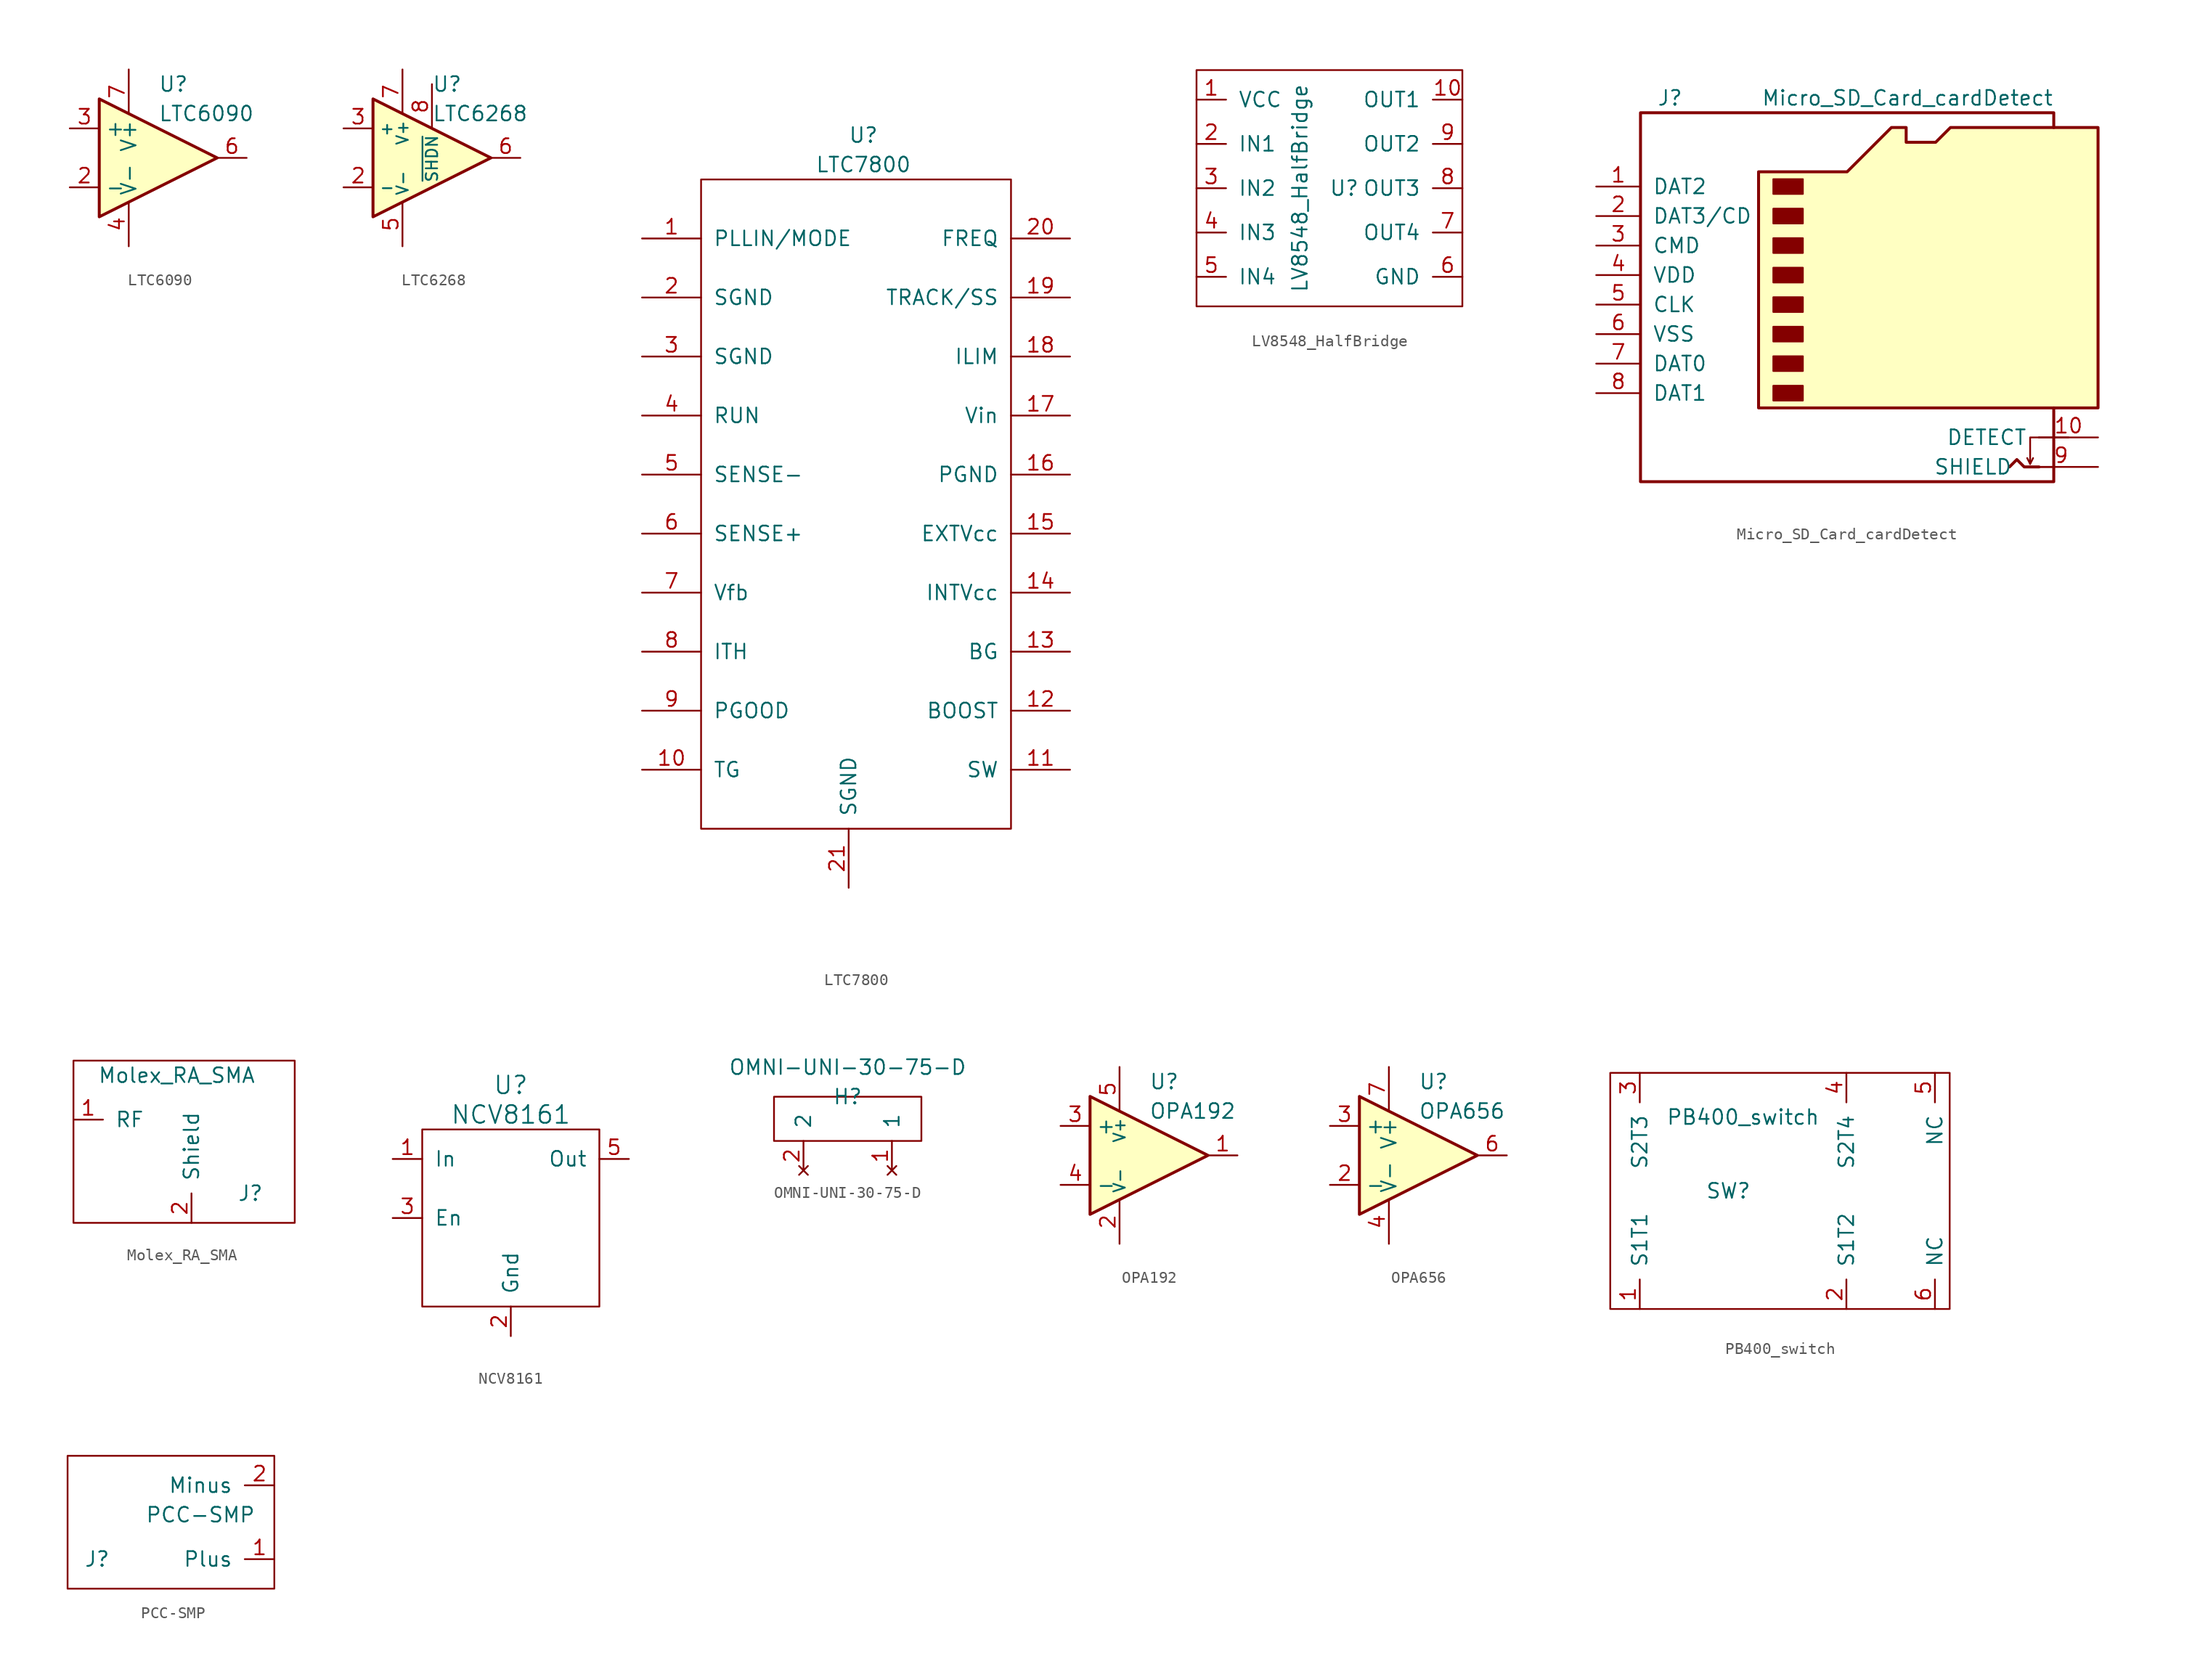
<source format=kicad_sym>
(kicad_symbol_lib
  (version 20211014)
  (generator kicad_symbol_editor)
  (symbol "LTC6090"
    (property "Reference" "U"
      (at 0 6.35 0)
      (effects (font (size 1.27 1.27)) (justify left)))
    (property "Value" "LTC6090"
      (at 0 3.81 0)
      (effects (font (size 1.27 1.27)) (justify left)))
    (symbol "LTC6090_0_1"
      (polyline (pts (xy -5.08 5.08) (xy 5.08 0) (xy -5.08 -5.08) (xy -5.08 5.08)) (stroke (width 0.254) (type default) (color 0 0 0 0)) (fill (type background))))
    (symbol "LTC6090_1_1"
      (pin input line (at 0 -7.62 90) (length 5.08) hide (name "COM" (effects (font (size 1.27 1.27)))) (number "1" (effects (font (size 1.27 1.27)))))
      (pin input line (at -7.62 -2.54 0) (length 2.54) (name "-" (effects (font (size 1.27 1.27)))) (number "2" (effects (font (size 1.27 1.27)))))
      (pin input line (at -7.62 2.54 0) (length 2.54) (name "+" (effects (font (size 1.27 1.27)))) (number "3" (effects (font (size 1.27 1.27)))))
      (pin power_in line (at -2.54 -7.62 90) (length 3.81) (name "V-" (effects (font (size 1.27 1.27)))) (number "4" (effects (font (size 1.27 1.27)))))
      (pin input line (at 2.54 -7.62 90) (length 6.35) hide (name "~{TFLAG}" (effects (font (size 1.27 1.27)))) (number "5" (effects (font (size 1.27 1.27)))))
      (pin output line (at 7.62 0 180) (length 2.54) (name "~" (effects (font (size 1.27 1.27)))) (number "6" (effects (font (size 1.27 1.27)))))
      (pin power_in line (at -2.54 7.62 270) (length 3.81) (name "V+" (effects (font (size 1.27 1.27)))) (number "7" (effects (font (size 1.27 1.27)))))
      (pin input line (at 0 2.54 270) (length 2.54) hide (name "~{OD}" (effects (font (size 1.27 1.27)))) (number "8" (effects (font (size 1.27 1.27)))))))
  (symbol "LTC6268"
    (property "Reference" "U"
      (at 0 6.35 0)
      (effects (font (size 1.27 1.27)) (justify left)))
    (property "Value" "LTC6268"
      (at 0 3.81 0)
      (effects (font (size 1.27 1.27)) (justify left)))
    (symbol "LTC6268_0_1"
      (polyline (pts (xy -5.08 5.08) (xy 5.08 0) (xy -5.08 -5.08) (xy -5.08 5.08)) (stroke (width 0.254) (type default) (color 0 0 0 0)) (fill (type background))))
    (symbol "LTC6268_1_1"
      (pin input line (at 1.803 -7.01 90) (length 5.08) hide (name "NC" (effects (font (size 0.991 0.991)))) (number "1" (effects (font (size 1.27 1.27)))))
      (pin input line (at -7.62 -2.54 0) (length 2.54) (name "-" (effects (font (size 0.991 0.991)))) (number "2" (effects (font (size 1.27 1.27)))))
      (pin input line (at -7.62 2.54 0) (length 2.54) (name "+" (effects (font (size 0.991 0.991)))) (number "3" (effects (font (size 1.27 1.27)))))
      (pin input line (at 3.708 -7.62 90) (length 6.35) hide (name "NC" (effects (font (size 0.991 0.991)))) (number "4" (effects (font (size 1.27 1.27)))))
      (pin power_in line (at -2.54 -7.62 90) (length 3.81) (name "V-" (effects (font (size 0.991 0.991)))) (number "5" (effects (font (size 1.27 1.27)))))
      (pin output line (at 7.62 0 180) (length 2.54) (name "~" (effects (font (size 1.27 1.27)))) (number "6" (effects (font (size 1.27 1.27)))))
      (pin power_in line (at -2.54 7.62 270) (length 3.81) (name "V+" (effects (font (size 0.991 0.991)))) (number "7" (effects (font (size 1.27 1.27)))))
      (pin input line (at 0 6.35 270) (length 3.81) (name "~{SHDN}" (effects (font (size 0.991 0.991)))) (number "8" (effects (font (size 1.27 1.27)))))))
  (symbol "LTC7800"
    (pin_names
      (offset 1.016))
    (property "Reference" "U"
      (at 1.27 31.75 0)
      (effects (font (size 1.27 1.27))))
    (property "Value" "LTC7800"
      (at 1.27 29.21 0)
      (effects (font (size 1.27 1.27))))
    (symbol "LTC7800_0_1"
      (rectangle (start 13.97 27.94) (end -12.7 -27.94) (stroke (width 0) (type default) (color 0 0 0 0)) (fill (type none))))
    (symbol "LTC7800_1_1"
      (pin bidirectional line (at -17.78 22.86 0) (length 5.08) (name "PLLIN/MODE" (effects (font (size 1.27 1.27)))) (number "1" (effects (font (size 1.27 1.27)))))
      (pin bidirectional line (at -17.78 -22.86 0) (length 5.08) (name "TG" (effects (font (size 1.27 1.27)))) (number "10" (effects (font (size 1.27 1.27)))))
      (pin bidirectional line (at 19.05 -22.86 180) (length 5.08) (name "SW" (effects (font (size 1.27 1.27)))) (number "11" (effects (font (size 1.27 1.27)))))
      (pin bidirectional line (at 19.05 -17.78 180) (length 5.08) (name "BOOST" (effects (font (size 1.27 1.27)))) (number "12" (effects (font (size 1.27 1.27)))))
      (pin bidirectional line (at 19.05 -12.7 180) (length 5.08) (name "BG" (effects (font (size 1.27 1.27)))) (number "13" (effects (font (size 1.27 1.27)))))
      (pin bidirectional line (at 19.05 -7.62 180) (length 5.08) (name "INTVcc" (effects (font (size 1.27 1.27)))) (number "14" (effects (font (size 1.27 1.27)))))
      (pin bidirectional line (at 19.05 -2.54 180) (length 5.08) (name "EXTVcc" (effects (font (size 1.27 1.27)))) (number "15" (effects (font (size 1.27 1.27)))))
      (pin bidirectional line (at 19.05 2.54 180) (length 5.08) (name "PGND" (effects (font (size 1.27 1.27)))) (number "16" (effects (font (size 1.27 1.27)))))
      (pin bidirectional line (at 19.05 7.62 180) (length 5.08) (name "Vin" (effects (font (size 1.27 1.27)))) (number "17" (effects (font (size 1.27 1.27)))))
      (pin bidirectional line (at 19.05 12.7 180) (length 5.08) (name "ILIM" (effects (font (size 1.27 1.27)))) (number "18" (effects (font (size 1.27 1.27)))))
      (pin bidirectional line (at 19.05 17.78 180) (length 5.08) (name "TRACK/SS" (effects (font (size 1.27 1.27)))) (number "19" (effects (font (size 1.27 1.27)))))
      (pin bidirectional line (at -17.78 17.78 0) (length 5.08) (name "SGND" (effects (font (size 1.27 1.27)))) (number "2" (effects (font (size 1.27 1.27)))))
      (pin bidirectional line (at 19.05 22.86 180) (length 5.08) (name "FREQ" (effects (font (size 1.27 1.27)))) (number "20" (effects (font (size 1.27 1.27)))))
      (pin bidirectional line (at 0 -33.02 90) (length 5.08) (name "SGND" (effects (font (size 1.27 1.27)))) (number "21" (effects (font (size 1.27 1.27)))))
      (pin bidirectional line (at -17.78 12.7 0) (length 5.08) (name "SGND" (effects (font (size 1.27 1.27)))) (number "3" (effects (font (size 1.27 1.27)))))
      (pin bidirectional line (at -17.78 7.62 0) (length 5.08) (name "RUN" (effects (font (size 1.27 1.27)))) (number "4" (effects (font (size 1.27 1.27)))))
      (pin bidirectional line (at -17.78 2.54 0) (length 5.08) (name "SENSE-" (effects (font (size 1.27 1.27)))) (number "5" (effects (font (size 1.27 1.27)))))
      (pin bidirectional line (at -17.78 -2.54 0) (length 5.08) (name "SENSE+" (effects (font (size 1.27 1.27)))) (number "6" (effects (font (size 1.27 1.27)))))
      (pin bidirectional line (at -17.78 -7.62 0) (length 5.08) (name "Vfb" (effects (font (size 1.27 1.27)))) (number "7" (effects (font (size 1.27 1.27)))))
      (pin bidirectional line (at -17.78 -12.7 0) (length 5.08) (name "ITH" (effects (font (size 1.27 1.27)))) (number "8" (effects (font (size 1.27 1.27)))))
      (pin bidirectional line (at -17.78 -17.78 0) (length 5.08) (name "PGOOD" (effects (font (size 1.27 1.27)))) (number "9" (effects (font (size 1.27 1.27)))))))
  (symbol "LV8548_HalfBridge"
    (pin_names
      (offset 1.016))
    (property "Reference" "U"
      (at 2.54 0 0)
      (effects (font (size 1.27 1.27))))
    (property "Value" "LV8548_HalfBridge"
      (at -1.27 0 90)
      (effects (font (size 1.27 1.27))))
    (symbol "LV8548_HalfBridge_0_1"
      (rectangle (start -10.16 10.16) (end 12.7 -10.16) (stroke (width 0) (type default) (color 0 0 0 0)) (fill (type none))))
    (symbol "LV8548_HalfBridge_1_1"
      (pin power_in line (at -10.16 7.62 0) (length 2.54) (name "VCC" (effects (font (size 1.27 1.27)))) (number "1" (effects (font (size 1.27 1.27)))))
      (pin output line (at 12.7 7.62 180) (length 2.54) (name "OUT1" (effects (font (size 1.27 1.27)))) (number "10" (effects (font (size 1.27 1.27)))))
      (pin input line (at -10.16 3.81 0) (length 2.54) (name "IN1" (effects (font (size 1.27 1.27)))) (number "2" (effects (font (size 1.27 1.27)))))
      (pin input line (at -10.16 0 0) (length 2.54) (name "IN2" (effects (font (size 1.27 1.27)))) (number "3" (effects (font (size 1.27 1.27)))))
      (pin input line (at -10.16 -3.81 0) (length 2.54) (name "IN3" (effects (font (size 1.27 1.27)))) (number "4" (effects (font (size 1.27 1.27)))))
      (pin input line (at -10.16 -7.62 0) (length 2.54) (name "IN4" (effects (font (size 1.27 1.27)))) (number "5" (effects (font (size 1.27 1.27)))))
      (pin power_in line (at 12.7 -7.62 180) (length 2.54) (name "GND" (effects (font (size 1.27 1.27)))) (number "6" (effects (font (size 1.27 1.27)))))
      (pin output line (at 12.7 -3.81 180) (length 2.54) (name "OUT4" (effects (font (size 1.27 1.27)))) (number "7" (effects (font (size 1.27 1.27)))))
      (pin output line (at 12.7 0 180) (length 2.54) (name "OUT3" (effects (font (size 1.27 1.27)))) (number "8" (effects (font (size 1.27 1.27)))))
      (pin output line (at 12.7 3.81 180) (length 2.54) (name "OUT2" (effects (font (size 1.27 1.27)))) (number "9" (effects (font (size 1.27 1.27)))))))
  (symbol "Micro_SD_Card_cardDetect"
    (pin_names
      (offset 1.016))
    (property "Reference" "J"
      (at -16.51 15.24 0)
      (effects (font (size 1.27 1.27))))
    (property "Value" "Micro_SD_Card_cardDetect"
      (at 16.51 15.24 0)
      (effects (font (size 1.27 1.27)) (justify right)))
    (symbol "Micro_SD_Card_cardDetect_0_1"
      (rectangle (start -7.62 -9.525) (end -5.08 -10.795) (stroke (width 0) (type default) (color 0 0 0 0)) (fill (type outline)))
      (rectangle (start -7.62 -6.985) (end -5.08 -8.255) (stroke (width 0) (type default) (color 0 0 0 0)) (fill (type outline)))
      (rectangle (start -7.62 -4.445) (end -5.08 -5.715) (stroke (width 0) (type default) (color 0 0 0 0)) (fill (type outline)))
      (rectangle (start -7.62 -1.905) (end -5.08 -3.175) (stroke (width 0) (type default) (color 0 0 0 0)) (fill (type outline)))
      (rectangle (start -7.62 0.635) (end -5.08 -0.635) (stroke (width 0) (type default) (color 0 0 0 0)) (fill (type outline)))
      (rectangle (start -7.62 3.175) (end -5.08 1.905) (stroke (width 0) (type default) (color 0 0 0 0)) (fill (type outline)))
      (rectangle (start -7.62 5.715) (end -5.08 4.445) (stroke (width 0) (type default) (color 0 0 0 0)) (fill (type outline)))
      (rectangle (start -7.62 8.255) (end -5.08 6.985) (stroke (width 0) (type default) (color 0 0 0 0)) (fill (type outline)))
      (polyline (pts (xy 16.51 12.7) (xy 16.51 13.97) (xy -19.05 13.97) (xy -19.05 -17.78) (xy 16.51 -17.78) (xy 16.51 -11.43)) (stroke (width 0.254) (type default) (color 0 0 0 0)) (fill (type none)))
      (polyline (pts (xy -8.89 -11.43) (xy -8.89 8.89) (xy -1.27 8.89) (xy 2.54 12.7) (xy 3.81 12.7) (xy 3.81 11.43) (xy 6.35 11.43) (xy 7.62 12.7) (xy 20.32 12.7) (xy 20.32 -11.43) (xy -8.89 -11.43)) (stroke (width 0.254) (type default) (color 0 0 0 0)) (fill (type background))))
    (symbol "Micro_SD_Card_cardDetect_1_1"
      (polyline (pts (xy 14.478 -16.256) (xy 14.732 -15.748)) (stroke (width 0) (type default) (color 0 0 0 0)) (fill (type none)))
      (polyline (pts (xy 16.51 -16.51) (xy 15.24 -16.51)) (stroke (width 0) (type default) (color 0 0 0 0)) (fill (type none)))
      (polyline (pts (xy 15.24 -13.97) (xy 17.78 -13.97) (xy 16.51 -13.97)) (stroke (width 0) (type default) (color 0 0 0 0)) (fill (type none)))
      (polyline (pts (xy 12.7 -16.51) (xy 13.335 -15.875) (xy 13.97 -16.51) (xy 15.24 -16.51)) (stroke (width 0.254) (type default) (color 0 0 0 0)) (fill (type none)))
      (polyline (pts (xy 15.24 -13.97) (xy 14.478 -13.97) (xy 14.478 -16.256) (xy 14.224 -15.748)) (stroke (width 0) (type default) (color 0 0 0 0)) (fill (type none)))
      (pin bidirectional line (at -22.86 7.62 0) (length 3.81) (name "DAT2" (effects (font (size 1.27 1.27)))) (number "1" (effects (font (size 1.27 1.27)))))
      (pin passive line (at 20.32 -13.97 180) (length 5.08) (name "DETECT" (effects (font (size 1.27 1.27)))) (number "10" (effects (font (size 1.27 1.27)))))
      (pin bidirectional line (at -22.86 5.08 0) (length 3.81) (name "DAT3/CD" (effects (font (size 1.27 1.27)))) (number "2" (effects (font (size 1.27 1.27)))))
      (pin input line (at -22.86 2.54 0) (length 3.81) (name "CMD" (effects (font (size 1.27 1.27)))) (number "3" (effects (font (size 1.27 1.27)))))
      (pin power_in line (at -22.86 0 0) (length 3.81) (name "VDD" (effects (font (size 1.27 1.27)))) (number "4" (effects (font (size 1.27 1.27)))))
      (pin input line (at -22.86 -2.54 0) (length 3.81) (name "CLK" (effects (font (size 1.27 1.27)))) (number "5" (effects (font (size 1.27 1.27)))))
      (pin power_in line (at -22.86 -5.08 0) (length 3.81) (name "VSS" (effects (font (size 1.27 1.27)))) (number "6" (effects (font (size 1.27 1.27)))))
      (pin bidirectional line (at -22.86 -7.62 0) (length 3.81) (name "DAT0" (effects (font (size 1.27 1.27)))) (number "7" (effects (font (size 1.27 1.27)))))
      (pin bidirectional line (at -22.86 -10.16 0) (length 3.81) (name "DAT1" (effects (font (size 1.27 1.27)))) (number "8" (effects (font (size 1.27 1.27)))))
      (pin passive line (at 20.32 -16.51 180) (length 6.35) (name "SHIELD" (effects (font (size 1.27 1.27)))) (number "9" (effects (font (size 1.27 1.27)))))))
  (symbol "Molex_RA_SMA"
    (pin_names
      (offset 1.016))
    (property "Reference" "J"
      (at 5.08 -6.35 0)
      (effects (font (size 1.27 1.27))))
    (property "Value" "Molex_RA_SMA"
      (at -1.27 3.81 0)
      (effects (font (size 1.27 1.27))))
    (symbol "Molex_RA_SMA_0_1"
      (rectangle (start -10.16 5.08) (end 8.89 -8.89) (stroke (width 0) (type default) (color 0 0 0 0)) (fill (type none))))
    (symbol "Molex_RA_SMA_1_1"
      (pin input line (at -10.16 0 0) (length 2.54) (name "RF" (effects (font (size 1.27 1.27)))) (number "1" (effects (font (size 1.27 1.27)))))
      (pin input line (at 0 -8.89 90) (length 2.54) (name "Shield" (effects (font (size 1.27 1.27)))) (number "2" (effects (font (size 1.27 1.27)))))))
  (symbol "NCV8161"
    (pin_names
      (offset 1.016))
    (property "Reference" "U"
      (at 0 2.54 0)
      (effects (font (size 1.524 1.524))))
    (property "Value" "NCV8161"
      (at 0 0 0)
      (effects (font (size 1.524 1.524))))
    (symbol "NCV8161_0_1"
      (rectangle (start 7.62 -1.27) (end -7.62 -16.51) (stroke (width 0) (type default) (color 0 0 0 0)) (fill (type none))))
    (symbol "NCV8161_1_1"
      (pin bidirectional line (at -10.16 -3.81 0) (length 2.54) (name "In" (effects (font (size 1.27 1.27)))) (number "1" (effects (font (size 1.27 1.27)))))
      (pin bidirectional line (at 0 -19.05 90) (length 2.54) (name "Gnd" (effects (font (size 1.27 1.27)))) (number "2" (effects (font (size 1.27 1.27)))))
      (pin bidirectional line (at -10.16 -8.89 0) (length 2.54) (name "En" (effects (font (size 1.27 1.27)))) (number "3" (effects (font (size 1.27 1.27)))))
      (pin bidirectional line (at 10.16 -3.81 180) (length 2.54) (name "Out" (effects (font (size 1.27 1.27)))) (number "5" (effects (font (size 1.27 1.27)))))))
  (symbol "OMNI-UNI-30-75-D"
    (pin_names
      (offset 1.016))
    (property "Reference" "H"
      (at 0 0 0)
      (effects (font (size 1.27 1.27))))
    (property "Value" "OMNI-UNI-30-75-D"
      (at 0 2.54 0)
      (effects (font (size 1.27 1.27))))
    (symbol "OMNI-UNI-30-75-D_0_1"
      (rectangle (start -6.35 0) (end 6.35 -3.81) (stroke (width 0) (type default) (color 0 0 0 0)) (fill (type none))))
    (symbol "OMNI-UNI-30-75-D_1_1"
      (pin no_connect line (at 3.81 -6.35 90) (length 2.54) (name "1" (effects (font (size 1.27 1.27)))) (number "1" (effects (font (size 1.27 1.27)))))
      (pin no_connect line (at -3.81 -6.35 90) (length 2.54) (name "2" (effects (font (size 1.27 1.27)))) (number "2" (effects (font (size 1.27 1.27)))))))
  (symbol "OPA192"
    (property "Reference" "U"
      (at 0 6.35 0)
      (effects (font (size 1.27 1.27)) (justify left)))
    (property "Value" "OPA192"
      (at 0 3.81 0)
      (effects (font (size 1.27 1.27)) (justify left)))
    (symbol "OPA192_0_1"
      (polyline (pts (xy -5.08 5.08) (xy 5.08 0) (xy -5.08 -5.08) (xy -5.08 5.08)) (stroke (width 0.254) (type default) (color 0 0 0 0)) (fill (type background))))
    (symbol "OPA192_1_1"
      (pin output line (at 7.62 0 180) (length 2.54) (name "~" (effects (font (size 1.27 1.27)))) (number "1" (effects (font (size 1.27 1.27)))))
      (pin power_in line (at -2.54 -7.62 90) (length 3.81) (name "V-" (effects (font (size 0.991 0.991)))) (number "2" (effects (font (size 1.27 1.27)))))
      (pin input line (at -7.62 2.54 0) (length 2.54) (name "+" (effects (font (size 1.27 1.27)))) (number "3" (effects (font (size 1.27 1.27)))))
      (pin input line (at -7.62 -2.54 0) (length 2.54) (name "-" (effects (font (size 1.27 1.27)))) (number "4" (effects (font (size 1.27 1.27)))))
      (pin power_in line (at -2.54 7.62 270) (length 3.81) (name "V+" (effects (font (size 0.991 0.991)))) (number "5" (effects (font (size 1.27 1.27)))))))
  (symbol "OPA656"
    (property "Reference" "U"
      (at 0 6.35 0)
      (effects (font (size 1.27 1.27)) (justify left)))
    (property "Value" "OPA656"
      (at 0 3.81 0)
      (effects (font (size 1.27 1.27)) (justify left)))
    (symbol "OPA656_0_1"
      (polyline (pts (xy -5.08 5.08) (xy 5.08 0) (xy -5.08 -5.08) (xy -5.08 5.08)) (stroke (width 0.254) (type default) (color 0 0 0 0)) (fill (type background))))
    (symbol "OPA656_1_1"
      (pin input line (at -7.62 -2.54 0) (length 2.54) (name "-" (effects (font (size 1.27 1.27)))) (number "2" (effects (font (size 1.27 1.27)))))
      (pin input line (at -7.62 2.54 0) (length 2.54) (name "+" (effects (font (size 1.27 1.27)))) (number "3" (effects (font (size 1.27 1.27)))))
      (pin power_in line (at -2.54 -7.62 90) (length 3.81) (name "V-" (effects (font (size 1.27 1.27)))) (number "4" (effects (font (size 1.27 1.27)))))
      (pin output line (at 7.62 0 180) (length 2.54) (name "~" (effects (font (size 1.27 1.27)))) (number "6" (effects (font (size 1.27 1.27)))))
      (pin power_in line (at -2.54 7.62 270) (length 3.81) (name "V+" (effects (font (size 1.27 1.27)))) (number "7" (effects (font (size 1.27 1.27)))))))
  (symbol "PB400_switch"
    (pin_names
      (offset 1.016))
    (property "Reference" "SW"
      (at 0 0 0)
      (effects (font (size 1.27 1.27))))
    (property "Value" "PB400_switch"
      (at 1.27 6.35 0)
      (effects (font (size 1.27 1.27))))
    (symbol "PB400_switch_0_1"
      (rectangle (start -10.16 10.16) (end 19.05 -10.16) (stroke (width 0) (type default) (color 0 0 0 0)) (fill (type none))))
    (symbol "PB400_switch_1_1"
      (pin input line (at -7.62 -10.16 90) (length 2.54) (name "S1T1" (effects (font (size 1.27 1.27)))) (number "1" (effects (font (size 1.27 1.27)))))
      (pin input line (at 10.16 -10.16 90) (length 2.54) (name "S1T2" (effects (font (size 1.27 1.27)))) (number "2" (effects (font (size 1.27 1.27)))))
      (pin input line (at -7.62 10.16 270) (length 2.54) (name "S2T3" (effects (font (size 1.27 1.27)))) (number "3" (effects (font (size 1.27 1.27)))))
      (pin input line (at 10.16 10.16 270) (length 2.54) (name "S2T4" (effects (font (size 1.27 1.27)))) (number "4" (effects (font (size 1.27 1.27)))))
      (pin passive line (at 17.78 10.16 270) (length 2.54) (name "NC" (effects (font (size 1.27 1.27)))) (number "5" (effects (font (size 1.27 1.27)))))
      (pin passive line (at 17.78 -10.16 90) (length 2.54) (name "NC" (effects (font (size 1.27 1.27)))) (number "6" (effects (font (size 1.27 1.27)))))))
  (symbol "PCC-SMP"
    (pin_names
      (offset 1.016))
    (property "Reference" "J"
      (at -15.24 -3.81 0)
      (effects (font (size 1.27 1.27))))
    (property "Value" "PCC-SMP"
      (at -6.35 0 0)
      (effects (font (size 1.27 1.27))))
    (symbol "PCC-SMP_0_1"
      (rectangle (start 0 -6.35) (end -17.78 5.08) (stroke (width 0) (type default) (color 0 0 0 0)) (fill (type none))))
    (symbol "PCC-SMP_1_1"
      (pin input line (at 0 -3.81 180) (length 2.54) (name "Plus" (effects (font (size 1.27 1.27)))) (number "1" (effects (font (size 1.27 1.27)))))
      (pin input line (at 0 2.54 180) (length 2.54) (name "Minus" (effects (font (size 1.27 1.27)))) (number "2" (effects (font (size 1.27 1.27))))))))
</source>
